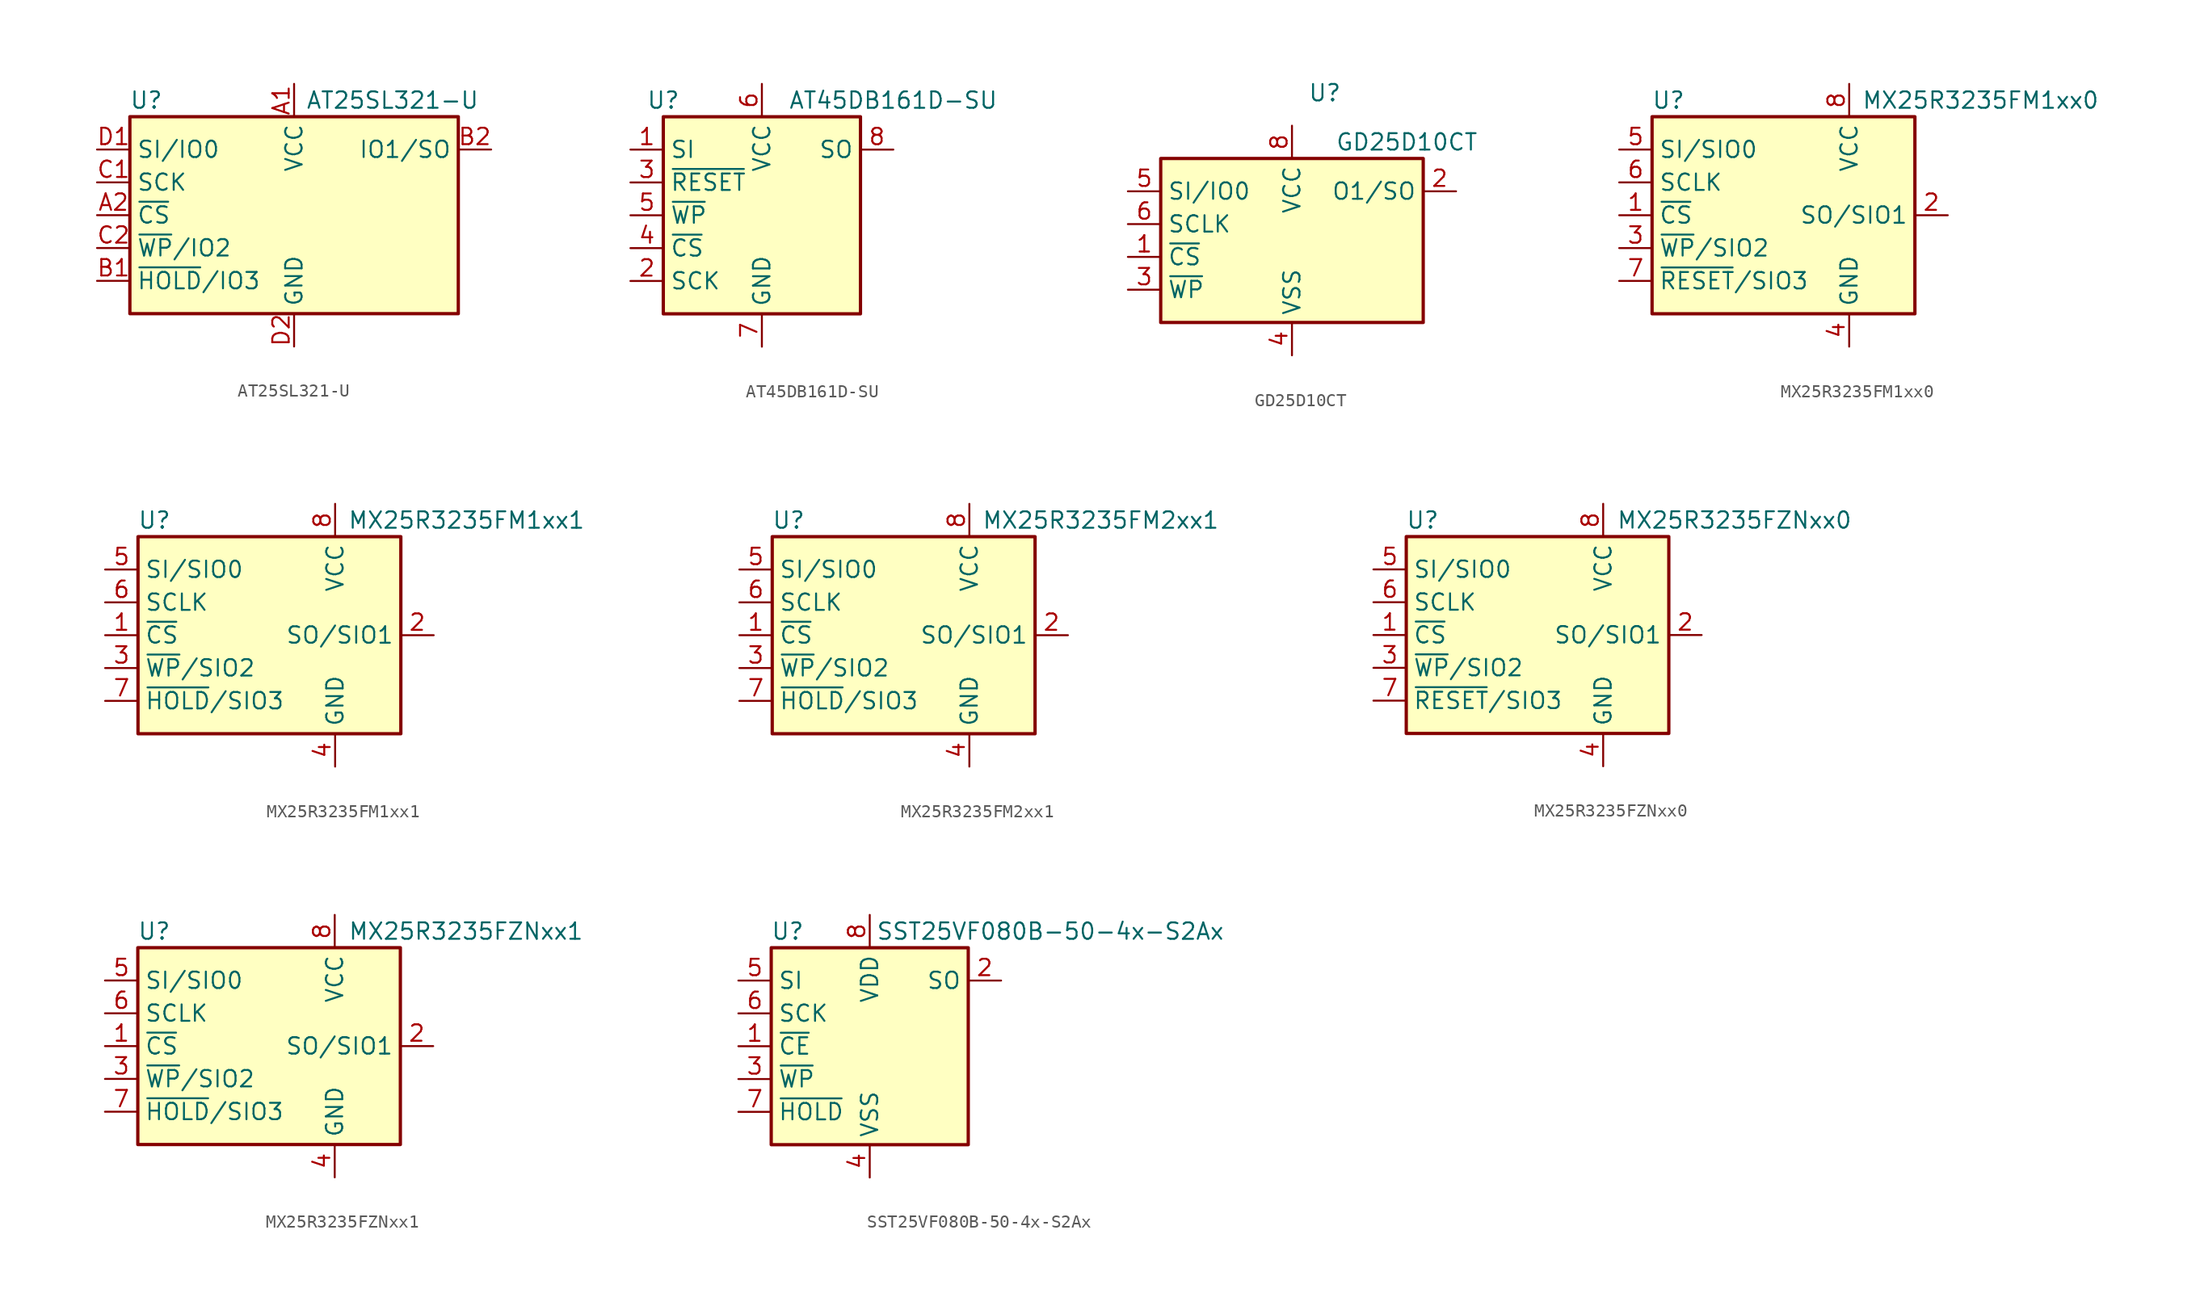
<source format=kicad_sym>
(kicad_symbol_lib
  (version 20201005)
  (generator kicad_symbol_editor)
  (symbol "AT25SL321-U"
    (property "Reference" "U"
      (at -11.43 8.89 0)
      (effects (font (size 1.27 1.27))))
    (property "Value" "AT25SL321-U"
      (at 7.62 8.89 0)
      (effects (font (size 1.27 1.27))))
    (symbol "AT25SL321-U_1_1"
      (rectangle (start -12.7 7.62) (end 12.7 -7.62) (stroke (width 0.254)) (fill (type background)))
      (pin power_in line (at 0 10.16 270) (length 2.54) (name "VCC" (effects (font (size 1.27 1.27)))) (number "A1" (effects (font (size 1.27 1.27)))))
      (pin input line (at -15.24 0 0) (length 2.54) (name "~CS" (effects (font (size 1.27 1.27)))) (number "A2" (effects (font (size 1.27 1.27)))))
      (pin bidirectional line (at -15.24 -5.08 0) (length 2.54) (name "~HOLD~/IO3" (effects (font (size 1.27 1.27)))) (number "B1" (effects (font (size 1.27 1.27)))))
      (pin bidirectional line (at 15.24 5.08 180) (length 2.54) (name "IO1/SO" (effects (font (size 1.27 1.27)))) (number "B2" (effects (font (size 1.27 1.27)))))
      (pin input line (at -15.24 2.54 0) (length 2.54) (name "SCK" (effects (font (size 1.27 1.27)))) (number "C1" (effects (font (size 1.27 1.27)))))
      (pin bidirectional line (at -15.24 -2.54 0) (length 2.54) (name "~WP~/IO2" (effects (font (size 1.27 1.27)))) (number "C2" (effects (font (size 1.27 1.27)))))
      (pin bidirectional line (at -15.24 5.08 0) (length 2.54) (name "SI/IO0" (effects (font (size 1.27 1.27)))) (number "D1" (effects (font (size 1.27 1.27)))))
      (pin power_in line (at 0 -10.16 90) (length 2.54) (name "GND" (effects (font (size 1.27 1.27)))) (number "D2" (effects (font (size 1.27 1.27)))))))
  (symbol "AT45DB161D-SU"
    (property "Reference" "U"
      (at -7.62 8.89 0)
      (effects (font (size 1.27 1.27))))
    (property "Value" "AT45DB161D-SU"
      (at 10.16 8.89 0)
      (effects (font (size 1.27 1.27))))
    (symbol "AT45DB161D-SU_1_1"
      (rectangle (start -7.62 7.62) (end 7.62 -7.62) (stroke (width 0.254)) (fill (type background)))
      (pin input line (at -10.16 5.08 0) (length 2.54) (name "SI" (effects (font (size 1.27 1.27)))) (number "1" (effects (font (size 1.27 1.27)))))
      (pin input line (at -10.16 -5.08 0) (length 2.54) (name "SCK" (effects (font (size 1.27 1.27)))) (number "2" (effects (font (size 1.27 1.27)))))
      (pin bidirectional line (at -10.16 2.54 0) (length 2.54) (name "~RESET~" (effects (font (size 1.27 1.27)))) (number "3" (effects (font (size 1.27 1.27)))))
      (pin input line (at -10.16 -2.54 0) (length 2.54) (name "~CS" (effects (font (size 1.27 1.27)))) (number "4" (effects (font (size 1.27 1.27)))))
      (pin input line (at -10.16 0 0) (length 2.54) (name "~WP" (effects (font (size 1.27 1.27)))) (number "5" (effects (font (size 1.27 1.27)))))
      (pin power_in line (at 0 10.16 270) (length 2.54) (name "VCC" (effects (font (size 1.27 1.27)))) (number "6" (effects (font (size 1.27 1.27)))))
      (pin power_in line (at 0 -10.16 90) (length 2.54) (name "GND" (effects (font (size 1.27 1.27)))) (number "7" (effects (font (size 1.27 1.27)))))
      (pin output line (at 10.16 5.08 180) (length 2.54) (name "SO" (effects (font (size 1.27 1.27)))) (number "8" (effects (font (size 1.27 1.27)))))))
  (symbol "GD25D10CT"
    (property "Reference" "U"
      (at 2.54 12.7 0)
      (effects (font (size 1.27 1.27))))
    (property "Value" "GD25D10CT"
      (at 8.89 8.89 0)
      (effects (font (size 1.27 1.27))))
    (symbol "GD25D10CT_1_1"
      (rectangle (start -10.16 7.62) (end 10.16 -5.08) (stroke (width 0.254)) (fill (type background)))
      (pin input line (at -12.7 0 0) (length 2.54) (name "~CS" (effects (font (size 1.27 1.27)))) (number "1" (effects (font (size 1.27 1.27)))))
      (pin output line (at 12.7 5.08 180) (length 2.54) (name "O1/SO" (effects (font (size 1.27 1.27)))) (number "2" (effects (font (size 1.27 1.27)))))
      (pin input line (at -12.7 -2.54 0) (length 2.54) (name "~WP~" (effects (font (size 1.27 1.27)))) (number "3" (effects (font (size 1.27 1.27)))))
      (pin power_in line (at 0 -7.62 90) (length 2.54) (name "VSS" (effects (font (size 1.27 1.27)))) (number "4" (effects (font (size 1.27 1.27)))))
      (pin bidirectional line (at -12.7 5.08 0) (length 2.54) (name "SI/IO0" (effects (font (size 1.27 1.27)))) (number "5" (effects (font (size 1.27 1.27)))))
      (pin input line (at -12.7 2.54 0) (length 2.54) (name "SCLK" (effects (font (size 1.27 1.27)))) (number "6" (effects (font (size 1.27 1.27)))))
      (pin no_connect line (at 10.16 -2.54 180) (length 2.54) hide (name "NC" (effects (font (size 1.27 1.27)))) (number "7" (effects (font (size 1.27 1.27)))))
      (pin power_in line (at 0 10.16 270) (length 2.54) (name "VCC" (effects (font (size 1.27 1.27)))) (number "8" (effects (font (size 1.27 1.27)))))))
  (symbol "MX25R3235FM1xx0"
    (property "Reference" "U"
      (at -8.89 8.89 0)
      (effects (font (size 1.27 1.27))))
    (property "Value" "MX25R3235FM1xx0"
      (at 15.24 8.89 0)
      (effects (font (size 1.27 1.27))))
    (symbol "MX25R3235FM1xx0_1_1"
      (rectangle (start -10.16 7.62) (end 10.16 -7.62) (stroke (width 0.254)) (fill (type background)))
      (pin input line (at -12.7 0 0) (length 2.54) (name "~CS" (effects (font (size 1.27 1.27)))) (number "1" (effects (font (size 1.27 1.27)))))
      (pin bidirectional line (at 12.7 0 180) (length 2.54) (name "SO/SIO1" (effects (font (size 1.27 1.27)))) (number "2" (effects (font (size 1.27 1.27)))))
      (pin bidirectional line (at -12.7 -2.54 0) (length 2.54) (name "~WP~/SIO2" (effects (font (size 1.27 1.27)))) (number "3" (effects (font (size 1.27 1.27)))))
      (pin power_in line (at 5.08 -10.16 90) (length 2.54) (name "GND" (effects (font (size 1.27 1.27)))) (number "4" (effects (font (size 1.27 1.27)))))
      (pin bidirectional line (at -12.7 5.08 0) (length 2.54) (name "SI/SIO0" (effects (font (size 1.27 1.27)))) (number "5" (effects (font (size 1.27 1.27)))))
      (pin input line (at -12.7 2.54 0) (length 2.54) (name "SCLK" (effects (font (size 1.27 1.27)))) (number "6" (effects (font (size 1.27 1.27)))))
      (pin bidirectional line (at -12.7 -5.08 0) (length 2.54) (name "~RESET~/SIO3" (effects (font (size 1.27 1.27)))) (number "7" (effects (font (size 1.27 1.27)))))
      (pin power_in line (at 5.08 10.16 270) (length 2.54) (name "VCC" (effects (font (size 1.27 1.27)))) (number "8" (effects (font (size 1.27 1.27)))))))
  (symbol "MX25R3235FM1xx1"
    (property "Reference" "U"
      (at -8.89 8.89 0)
      (effects (font (size 1.27 1.27))))
    (property "Value" "MX25R3235FM1xx1"
      (at 15.24 8.89 0)
      (effects (font (size 1.27 1.27))))
    (symbol "MX25R3235FM1xx1_1_1"
      (rectangle (start -10.16 7.62) (end 10.16 -7.62) (stroke (width 0.254)) (fill (type background)))
      (pin input line (at -12.7 0 0) (length 2.54) (name "~CS" (effects (font (size 1.27 1.27)))) (number "1" (effects (font (size 1.27 1.27)))))
      (pin bidirectional line (at 12.7 0 180) (length 2.54) (name "SO/SIO1" (effects (font (size 1.27 1.27)))) (number "2" (effects (font (size 1.27 1.27)))))
      (pin bidirectional line (at -12.7 -2.54 0) (length 2.54) (name "~WP~/SIO2" (effects (font (size 1.27 1.27)))) (number "3" (effects (font (size 1.27 1.27)))))
      (pin power_in line (at 5.08 -10.16 90) (length 2.54) (name "GND" (effects (font (size 1.27 1.27)))) (number "4" (effects (font (size 1.27 1.27)))))
      (pin bidirectional line (at -12.7 5.08 0) (length 2.54) (name "SI/SIO0" (effects (font (size 1.27 1.27)))) (number "5" (effects (font (size 1.27 1.27)))))
      (pin input line (at -12.7 2.54 0) (length 2.54) (name "SCLK" (effects (font (size 1.27 1.27)))) (number "6" (effects (font (size 1.27 1.27)))))
      (pin bidirectional line (at -12.7 -5.08 0) (length 2.54) (name "~HOLD~/SIO3" (effects (font (size 1.27 1.27)))) (number "7" (effects (font (size 1.27 1.27)))))
      (pin power_in line (at 5.08 10.16 270) (length 2.54) (name "VCC" (effects (font (size 1.27 1.27)))) (number "8" (effects (font (size 1.27 1.27)))))))
  (symbol "MX25R3235FM2xx1"
    (property "Reference" "U"
      (at -8.89 8.89 0)
      (effects (font (size 1.27 1.27))))
    (property "Value" "MX25R3235FM2xx1"
      (at 15.24 8.89 0)
      (effects (font (size 1.27 1.27))))
    (symbol "MX25R3235FM2xx1_1_1"
      (rectangle (start -10.16 7.62) (end 10.16 -7.62) (stroke (width 0.254)) (fill (type background)))
      (pin input line (at -12.7 0 0) (length 2.54) (name "~CS" (effects (font (size 1.27 1.27)))) (number "1" (effects (font (size 1.27 1.27)))))
      (pin bidirectional line (at 12.7 0 180) (length 2.54) (name "SO/SIO1" (effects (font (size 1.27 1.27)))) (number "2" (effects (font (size 1.27 1.27)))))
      (pin bidirectional line (at -12.7 -2.54 0) (length 2.54) (name "~WP~/SIO2" (effects (font (size 1.27 1.27)))) (number "3" (effects (font (size 1.27 1.27)))))
      (pin power_in line (at 5.08 -10.16 90) (length 2.54) (name "GND" (effects (font (size 1.27 1.27)))) (number "4" (effects (font (size 1.27 1.27)))))
      (pin bidirectional line (at -12.7 5.08 0) (length 2.54) (name "SI/SIO0" (effects (font (size 1.27 1.27)))) (number "5" (effects (font (size 1.27 1.27)))))
      (pin input line (at -12.7 2.54 0) (length 2.54) (name "SCLK" (effects (font (size 1.27 1.27)))) (number "6" (effects (font (size 1.27 1.27)))))
      (pin bidirectional line (at -12.7 -5.08 0) (length 2.54) (name "~HOLD~/SIO3" (effects (font (size 1.27 1.27)))) (number "7" (effects (font (size 1.27 1.27)))))
      (pin power_in line (at 5.08 10.16 270) (length 2.54) (name "VCC" (effects (font (size 1.27 1.27)))) (number "8" (effects (font (size 1.27 1.27)))))))
  (symbol "MX25R3235FZNxx0"
    (property "Reference" "U"
      (at -8.89 8.89 0)
      (effects (font (size 1.27 1.27))))
    (property "Value" "MX25R3235FZNxx0"
      (at 15.24 8.89 0)
      (effects (font (size 1.27 1.27))))
    (symbol "MX25R3235FZNxx0_1_1"
      (rectangle (start -10.16 7.62) (end 10.16 -7.62) (stroke (width 0.254)) (fill (type background)))
      (pin input line (at -12.7 0 0) (length 2.54) (name "~CS" (effects (font (size 1.27 1.27)))) (number "1" (effects (font (size 1.27 1.27)))))
      (pin bidirectional line (at 12.7 0 180) (length 2.54) (name "SO/SIO1" (effects (font (size 1.27 1.27)))) (number "2" (effects (font (size 1.27 1.27)))))
      (pin bidirectional line (at -12.7 -2.54 0) (length 2.54) (name "~WP~/SIO2" (effects (font (size 1.27 1.27)))) (number "3" (effects (font (size 1.27 1.27)))))
      (pin power_in line (at 5.08 -10.16 90) (length 2.54) (name "GND" (effects (font (size 1.27 1.27)))) (number "4" (effects (font (size 1.27 1.27)))))
      (pin bidirectional line (at -12.7 5.08 0) (length 2.54) (name "SI/SIO0" (effects (font (size 1.27 1.27)))) (number "5" (effects (font (size 1.27 1.27)))))
      (pin input line (at -12.7 2.54 0) (length 2.54) (name "SCLK" (effects (font (size 1.27 1.27)))) (number "6" (effects (font (size 1.27 1.27)))))
      (pin bidirectional line (at -12.7 -5.08 0) (length 2.54) (name "~RESET~/SIO3" (effects (font (size 1.27 1.27)))) (number "7" (effects (font (size 1.27 1.27)))))
      (pin power_in line (at 5.08 10.16 270) (length 2.54) (name "VCC" (effects (font (size 1.27 1.27)))) (number "8" (effects (font (size 1.27 1.27)))))
      (pin passive line (at 5.08 -10.16 90) (length 2.54) hide (name "GND" (effects (font (size 1.27 1.27)))) (number "9" (effects (font (size 1.27 1.27)))))))
  (symbol "MX25R3235FZNxx1"
    (property "Reference" "U"
      (at -8.89 8.89 0)
      (effects (font (size 1.27 1.27))))
    (property "Value" "MX25R3235FZNxx1"
      (at 15.24 8.89 0)
      (effects (font (size 1.27 1.27))))
    (symbol "MX25R3235FZNxx1_1_1"
      (rectangle (start -10.16 7.62) (end 10.16 -7.62) (stroke (width 0.254)) (fill (type background)))
      (pin input line (at -12.7 0 0) (length 2.54) (name "~CS" (effects (font (size 1.27 1.27)))) (number "1" (effects (font (size 1.27 1.27)))))
      (pin bidirectional line (at 12.7 0 180) (length 2.54) (name "SO/SIO1" (effects (font (size 1.27 1.27)))) (number "2" (effects (font (size 1.27 1.27)))))
      (pin bidirectional line (at -12.7 -2.54 0) (length 2.54) (name "~WP~/SIO2" (effects (font (size 1.27 1.27)))) (number "3" (effects (font (size 1.27 1.27)))))
      (pin power_in line (at 5.08 -10.16 90) (length 2.54) (name "GND" (effects (font (size 1.27 1.27)))) (number "4" (effects (font (size 1.27 1.27)))))
      (pin bidirectional line (at -12.7 5.08 0) (length 2.54) (name "SI/SIO0" (effects (font (size 1.27 1.27)))) (number "5" (effects (font (size 1.27 1.27)))))
      (pin input line (at -12.7 2.54 0) (length 2.54) (name "SCLK" (effects (font (size 1.27 1.27)))) (number "6" (effects (font (size 1.27 1.27)))))
      (pin bidirectional line (at -12.7 -5.08 0) (length 2.54) (name "~HOLD~/SIO3" (effects (font (size 1.27 1.27)))) (number "7" (effects (font (size 1.27 1.27)))))
      (pin power_in line (at 5.08 10.16 270) (length 2.54) (name "VCC" (effects (font (size 1.27 1.27)))) (number "8" (effects (font (size 1.27 1.27)))))
      (pin passive line (at 5.08 -10.16 90) (length 2.54) hide (name "GND" (effects (font (size 1.27 1.27)))) (number "9" (effects (font (size 1.27 1.27)))))))
  (symbol "SST25VF080B-50-4x-S2Ax"
    (property "Reference" "U"
      (at -6.35 8.89 0)
      (effects (font (size 1.27 1.27))))
    (property "Value" "SST25VF080B-50-4x-S2Ax"
      (at 13.97 8.89 0)
      (effects (font (size 1.27 1.27))))
    (symbol "SST25VF080B-50-4x-S2Ax_1_1"
      (rectangle (start -7.62 7.62) (end 7.62 -7.62) (stroke (width 0.254)) (fill (type background)))
      (pin input line (at -10.16 0 0) (length 2.54) (name "~CE" (effects (font (size 1.27 1.27)))) (number "1" (effects (font (size 1.27 1.27)))))
      (pin output line (at 10.16 5.08 180) (length 2.54) (name "SO" (effects (font (size 1.27 1.27)))) (number "2" (effects (font (size 1.27 1.27)))))
      (pin input line (at -10.16 -2.54 0) (length 2.54) (name "~WP~" (effects (font (size 1.27 1.27)))) (number "3" (effects (font (size 1.27 1.27)))))
      (pin power_in line (at 0 -10.16 90) (length 2.54) (name "VSS" (effects (font (size 1.27 1.27)))) (number "4" (effects (font (size 1.27 1.27)))))
      (pin input line (at -10.16 5.08 0) (length 2.54) (name "SI" (effects (font (size 1.27 1.27)))) (number "5" (effects (font (size 1.27 1.27)))))
      (pin input line (at -10.16 2.54 0) (length 2.54) (name "SCK" (effects (font (size 1.27 1.27)))) (number "6" (effects (font (size 1.27 1.27)))))
      (pin input line (at -10.16 -5.08 0) (length 2.54) (name "~HOLD~" (effects (font (size 1.27 1.27)))) (number "7" (effects (font (size 1.27 1.27)))))
      (pin power_in line (at 0 10.16 270) (length 2.54) (name "VDD" (effects (font (size 1.27 1.27)))) (number "8" (effects (font (size 1.27 1.27))))))))
</source>
